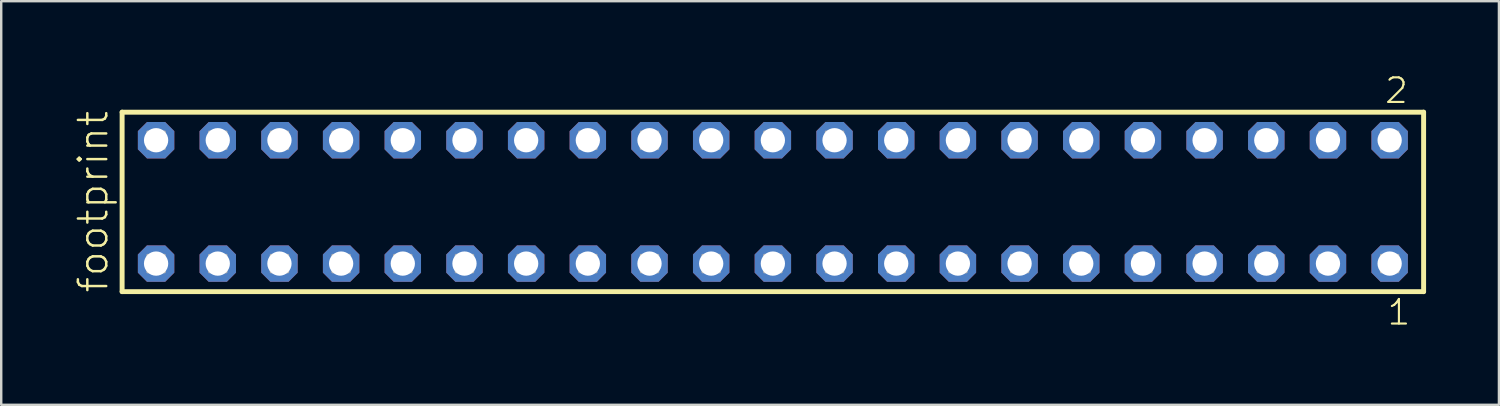
<source format=kicad_pcb>
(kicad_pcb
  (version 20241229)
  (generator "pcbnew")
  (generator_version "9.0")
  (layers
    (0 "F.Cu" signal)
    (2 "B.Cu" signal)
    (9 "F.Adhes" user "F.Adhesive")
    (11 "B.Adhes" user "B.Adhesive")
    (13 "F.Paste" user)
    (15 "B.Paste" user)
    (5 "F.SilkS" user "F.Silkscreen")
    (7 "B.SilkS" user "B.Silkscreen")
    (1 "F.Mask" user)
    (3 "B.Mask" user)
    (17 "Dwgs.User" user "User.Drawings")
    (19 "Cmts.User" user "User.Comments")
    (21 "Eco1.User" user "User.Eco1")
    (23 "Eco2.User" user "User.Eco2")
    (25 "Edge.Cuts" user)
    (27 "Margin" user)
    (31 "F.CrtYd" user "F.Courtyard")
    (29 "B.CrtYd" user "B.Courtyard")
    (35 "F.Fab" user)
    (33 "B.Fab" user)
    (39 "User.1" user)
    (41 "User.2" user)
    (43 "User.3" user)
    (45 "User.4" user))
  (footprint "footprint"
    (layer "F.Cu")
    (at 28.778 5.265)
    (property "Reference" "footprint" (at -27.305 3.81 90) (layer "F.SilkS") (effects (font (size 1.168 1.168) (thickness 0.102)) (justify left bottom)))
    (fp_line (start -26.799 -3.695) (end 26.799 -3.695) (stroke (width 0.203) (type solid)) (layer "F.SilkS"))
    (fp_line (start -26.799 3.695) (end -26.799 -3.695) (stroke (width 0.203) (type solid)) (layer "F.SilkS"))
    (fp_line (start 26.799 -3.695) (end 26.799 3.695) (stroke (width 0.203) (type solid)) (layer "F.SilkS"))
    (fp_line (start 26.799 3.695) (end -26.799 3.695) (stroke (width 0.203) (type solid)) (layer "F.SilkS"))
    (fp_poly (pts (xy -25.75 -2.19) (xy -25.05 -2.19) (xy -25.05 -2.89) (xy -25.75 -2.89)) (stroke (width 0.1) (type solid)) (fill no) (layer "F.Fab"))
    (fp_poly (pts (xy -25.75 2.89) (xy -25.05 2.89) (xy -25.05 2.19) (xy -25.75 2.19)) (stroke (width 0.1) (type solid)) (fill no) (layer "F.Fab"))
    (fp_poly (pts (xy -23.21 -2.19) (xy -22.51 -2.19) (xy -22.51 -2.89) (xy -23.21 -2.89)) (stroke (width 0.1) (type solid)) (fill no) (layer "F.Fab"))
    (fp_poly (pts (xy -23.21 2.89) (xy -22.51 2.89) (xy -22.51 2.19) (xy -23.21 2.19)) (stroke (width 0.1) (type solid)) (fill no) (layer "F.Fab"))
    (fp_poly (pts (xy -20.67 -2.19) (xy -19.97 -2.19) (xy -19.97 -2.89) (xy -20.67 -2.89)) (stroke (width 0.1) (type solid)) (fill no) (layer "F.Fab"))
    (fp_poly (pts (xy -20.67 2.89) (xy -19.97 2.89) (xy -19.97 2.19) (xy -20.67 2.19)) (stroke (width 0.1) (type solid)) (fill no) (layer "F.Fab"))
    (fp_poly (pts (xy -18.13 -2.19) (xy -17.43 -2.19) (xy -17.43 -2.89) (xy -18.13 -2.89)) (stroke (width 0.1) (type solid)) (fill no) (layer "F.Fab"))
    (fp_poly (pts (xy -18.13 2.89) (xy -17.43 2.89) (xy -17.43 2.19) (xy -18.13 2.19)) (stroke (width 0.1) (type solid)) (fill no) (layer "F.Fab"))
    (fp_poly (pts (xy -15.59 -2.19) (xy -14.89 -2.19) (xy -14.89 -2.89) (xy -15.59 -2.89)) (stroke (width 0.1) (type solid)) (fill no) (layer "F.Fab"))
    (fp_poly (pts (xy -15.59 2.89) (xy -14.89 2.89) (xy -14.89 2.19) (xy -15.59 2.19)) (stroke (width 0.1) (type solid)) (fill no) (layer "F.Fab"))
    (fp_poly (pts (xy -13.05 -2.19) (xy -12.35 -2.19) (xy -12.35 -2.89) (xy -13.05 -2.89)) (stroke (width 0.1) (type solid)) (fill no) (layer "F.Fab"))
    (fp_poly (pts (xy -13.05 2.89) (xy -12.35 2.89) (xy -12.35 2.19) (xy -13.05 2.19)) (stroke (width 0.1) (type solid)) (fill no) (layer "F.Fab"))
    (fp_poly (pts (xy -10.51 -2.19) (xy -9.81 -2.19) (xy -9.81 -2.89) (xy -10.51 -2.89)) (stroke (width 0.1) (type solid)) (fill no) (layer "F.Fab"))
    (fp_poly (pts (xy -10.51 2.89) (xy -9.81 2.89) (xy -9.81 2.19) (xy -10.51 2.19)) (stroke (width 0.1) (type solid)) (fill no) (layer "F.Fab"))
    (fp_poly (pts (xy -7.97 -2.19) (xy -7.27 -2.19) (xy -7.27 -2.89) (xy -7.97 -2.89)) (stroke (width 0.1) (type solid)) (fill no) (layer "F.Fab"))
    (fp_poly (pts (xy -7.97 2.89) (xy -7.27 2.89) (xy -7.27 2.19) (xy -7.97 2.19)) (stroke (width 0.1) (type solid)) (fill no) (layer "F.Fab"))
    (fp_poly (pts (xy -5.43 -2.19) (xy -4.73 -2.19) (xy -4.73 -2.89) (xy -5.43 -2.89)) (stroke (width 0.1) (type solid)) (fill no) (layer "F.Fab"))
    (fp_poly (pts (xy -5.43 2.89) (xy -4.73 2.89) (xy -4.73 2.19) (xy -5.43 2.19)) (stroke (width 0.1) (type solid)) (fill no) (layer "F.Fab"))
    (fp_poly (pts (xy -2.89 -2.19) (xy -2.19 -2.19) (xy -2.19 -2.89) (xy -2.89 -2.89)) (stroke (width 0.1) (type solid)) (fill no) (layer "F.Fab"))
    (fp_poly (pts (xy -2.89 2.89) (xy -2.19 2.89) (xy -2.19 2.19) (xy -2.89 2.19)) (stroke (width 0.1) (type solid)) (fill no) (layer "F.Fab"))
    (fp_poly (pts (xy -0.35 -2.19) (xy 0.35 -2.19) (xy 0.35 -2.89) (xy -0.35 -2.89)) (stroke (width 0.1) (type solid)) (fill no) (layer "F.Fab"))
    (fp_poly (pts (xy -0.35 2.89) (xy 0.35 2.89) (xy 0.35 2.19) (xy -0.35 2.19)) (stroke (width 0.1) (type solid)) (fill no) (layer "F.Fab"))
    (fp_poly (pts (xy 2.19 -2.19) (xy 2.89 -2.19) (xy 2.89 -2.89) (xy 2.19 -2.89)) (stroke (width 0.1) (type solid)) (fill no) (layer "F.Fab"))
    (fp_poly (pts (xy 2.19 2.89) (xy 2.89 2.89) (xy 2.89 2.19) (xy 2.19 2.19)) (stroke (width 0.1) (type solid)) (fill no) (layer "F.Fab"))
    (fp_poly (pts (xy 4.73 -2.19) (xy 5.43 -2.19) (xy 5.43 -2.89) (xy 4.73 -2.89)) (stroke (width 0.1) (type solid)) (fill no) (layer "F.Fab"))
    (fp_poly (pts (xy 4.73 2.89) (xy 5.43 2.89) (xy 5.43 2.19) (xy 4.73 2.19)) (stroke (width 0.1) (type solid)) (fill no) (layer "F.Fab"))
    (fp_poly (pts (xy 7.27 -2.19) (xy 7.97 -2.19) (xy 7.97 -2.89) (xy 7.27 -2.89)) (stroke (width 0.1) (type solid)) (fill no) (layer "F.Fab"))
    (fp_poly (pts (xy 7.27 2.89) (xy 7.97 2.89) (xy 7.97 2.19) (xy 7.27 2.19)) (stroke (width 0.1) (type solid)) (fill no) (layer "F.Fab"))
    (fp_poly (pts (xy 9.81 -2.19) (xy 10.51 -2.19) (xy 10.51 -2.89) (xy 9.81 -2.89)) (stroke (width 0.1) (type solid)) (fill no) (layer "F.Fab"))
    (fp_poly (pts (xy 9.81 2.89) (xy 10.51 2.89) (xy 10.51 2.19) (xy 9.81 2.19)) (stroke (width 0.1) (type solid)) (fill no) (layer "F.Fab"))
    (fp_poly (pts (xy 12.35 -2.19) (xy 13.05 -2.19) (xy 13.05 -2.89) (xy 12.35 -2.89)) (stroke (width 0.1) (type solid)) (fill no) (layer "F.Fab"))
    (fp_poly (pts (xy 12.35 2.89) (xy 13.05 2.89) (xy 13.05 2.19) (xy 12.35 2.19)) (stroke (width 0.1) (type solid)) (fill no) (layer "F.Fab"))
    (fp_poly (pts (xy 14.89 -2.19) (xy 15.59 -2.19) (xy 15.59 -2.89) (xy 14.89 -2.89)) (stroke (width 0.1) (type solid)) (fill no) (layer "F.Fab"))
    (fp_poly (pts (xy 14.89 2.89) (xy 15.59 2.89) (xy 15.59 2.19) (xy 14.89 2.19)) (stroke (width 0.1) (type solid)) (fill no) (layer "F.Fab"))
    (fp_poly (pts (xy 17.43 -2.19) (xy 18.13 -2.19) (xy 18.13 -2.89) (xy 17.43 -2.89)) (stroke (width 0.1) (type solid)) (fill no) (layer "F.Fab"))
    (fp_poly (pts (xy 17.43 2.89) (xy 18.13 2.89) (xy 18.13 2.19) (xy 17.43 2.19)) (stroke (width 0.1) (type solid)) (fill no) (layer "F.Fab"))
    (fp_poly (pts (xy 19.97 -2.19) (xy 20.67 -2.19) (xy 20.67 -2.89) (xy 19.97 -2.89)) (stroke (width 0.1) (type solid)) (fill no) (layer "F.Fab"))
    (fp_poly (pts (xy 19.97 2.89) (xy 20.67 2.89) (xy 20.67 2.19) (xy 19.97 2.19)) (stroke (width 0.1) (type solid)) (fill no) (layer "F.Fab"))
    (fp_poly (pts (xy 22.51 -2.19) (xy 23.21 -2.19) (xy 23.21 -2.89) (xy 22.51 -2.89)) (stroke (width 0.1) (type solid)) (fill no) (layer "F.Fab"))
    (fp_poly (pts (xy 22.51 2.89) (xy 23.21 2.89) (xy 23.21 2.19) (xy 22.51 2.19)) (stroke (width 0.1) (type solid)) (fill no) (layer "F.Fab"))
    (fp_poly (pts (xy 25.05 -2.19) (xy 25.75 -2.19) (xy 25.75 -2.89) (xy 25.05 -2.89)) (stroke (width 0.1) (type solid)) (fill no) (layer "F.Fab"))
    (fp_poly (pts (xy 25.05 2.89) (xy 25.75 2.89) (xy 25.75 2.19) (xy 25.05 2.19)) (stroke (width 0.1) (type solid)) (fill no) (layer "F.Fab"))
    (fp_text user "1" (at 25.242 5.138 0) (layer "F.SilkS") (effects (font (size 1.012 1.012) (thickness 0.088)) (justify left bottom)))
    (fp_text user "2" (at 25.142 -3.989 0) (layer "F.SilkS") (effects (font (size 1.012 1.012) (thickness 0.088)) (justify left bottom)))
    (pad "1" thru_hole roundrect (at 25.4 2.54 180) (size 1.5 1.5) (drill 1) (layers "*.Cu" "*.Mask") (roundrect_rratio 0.25) (chamfer_ratio 0.25) (chamfer top_left top_right bottom_left bottom_right))
    (pad "2" thru_hole roundrect (at 25.4 -2.54 180) (size 1.5 1.5) (drill 1) (layers "*.Cu" "*.Mask") (roundrect_rratio 0.25) (chamfer_ratio 0.25) (chamfer top_left top_right bottom_left bottom_right))
    (pad "3" thru_hole roundrect (at 22.86 2.54 180) (size 1.5 1.5) (drill 1) (layers "*.Cu" "*.Mask") (roundrect_rratio 0.25) (chamfer_ratio 0.25) (chamfer top_left top_right bottom_left bottom_right))
    (pad "4" thru_hole roundrect (at 22.86 -2.54 180) (size 1.5 1.5) (drill 1) (layers "*.Cu" "*.Mask") (roundrect_rratio 0.25) (chamfer_ratio 0.25) (chamfer top_left top_right bottom_left bottom_right))
    (pad "5" thru_hole roundrect (at 20.32 2.54 180) (size 1.5 1.5) (drill 1) (layers "*.Cu" "*.Mask") (roundrect_rratio 0.25) (chamfer_ratio 0.25) (chamfer top_left top_right bottom_left bottom_right))
    (pad "6" thru_hole roundrect (at 20.32 -2.54 180) (size 1.5 1.5) (drill 1) (layers "*.Cu" "*.Mask") (roundrect_rratio 0.25) (chamfer_ratio 0.25) (chamfer top_left top_right bottom_left bottom_right))
    (pad "7" thru_hole roundrect (at 17.78 2.54 180) (size 1.5 1.5) (drill 1) (layers "*.Cu" "*.Mask") (roundrect_rratio 0.25) (chamfer_ratio 0.25) (chamfer top_left top_right bottom_left bottom_right))
    (pad "8" thru_hole roundrect (at 17.78 -2.54 180) (size 1.5 1.5) (drill 1) (layers "*.Cu" "*.Mask") (roundrect_rratio 0.25) (chamfer_ratio 0.25) (chamfer top_left top_right bottom_left bottom_right))
    (pad "9" thru_hole roundrect (at 15.24 2.54 180) (size 1.5 1.5) (drill 1) (layers "*.Cu" "*.Mask") (roundrect_rratio 0.25) (chamfer_ratio 0.25) (chamfer top_left top_right bottom_left bottom_right))
    (pad "10" thru_hole roundrect (at 15.24 -2.54 180) (size 1.5 1.5) (drill 1) (layers "*.Cu" "*.Mask") (roundrect_rratio 0.25) (chamfer_ratio 0.25) (chamfer top_left top_right bottom_left bottom_right))
    (pad "11" thru_hole roundrect (at 12.7 2.54 180) (size 1.5 1.5) (drill 1) (layers "*.Cu" "*.Mask") (roundrect_rratio 0.25) (chamfer_ratio 0.25) (chamfer top_left top_right bottom_left bottom_right))
    (pad "12" thru_hole roundrect (at 12.7 -2.54 180) (size 1.5 1.5) (drill 1) (layers "*.Cu" "*.Mask") (roundrect_rratio 0.25) (chamfer_ratio 0.25) (chamfer top_left top_right bottom_left bottom_right))
    (pad "13" thru_hole roundrect (at 10.16 2.54 180) (size 1.5 1.5) (drill 1) (layers "*.Cu" "*.Mask") (roundrect_rratio 0.25) (chamfer_ratio 0.25) (chamfer top_left top_right bottom_left bottom_right))
    (pad "14" thru_hole roundrect (at 10.16 -2.54 180) (size 1.5 1.5) (drill 1) (layers "*.Cu" "*.Mask") (roundrect_rratio 0.25) (chamfer_ratio 0.25) (chamfer top_left top_right bottom_left bottom_right))
    (pad "15" thru_hole roundrect (at 7.62 2.54 180) (size 1.5 1.5) (drill 1) (layers "*.Cu" "*.Mask") (roundrect_rratio 0.25) (chamfer_ratio 0.25) (chamfer top_left top_right bottom_left bottom_right))
    (pad "16" thru_hole roundrect (at 7.62 -2.54 180) (size 1.5 1.5) (drill 1) (layers "*.Cu" "*.Mask") (roundrect_rratio 0.25) (chamfer_ratio 0.25) (chamfer top_left top_right bottom_left bottom_right))
    (pad "17" thru_hole roundrect (at 5.08 2.54 180) (size 1.5 1.5) (drill 1) (layers "*.Cu" "*.Mask") (roundrect_rratio 0.25) (chamfer_ratio 0.25) (chamfer top_left top_right bottom_left bottom_right))
    (pad "18" thru_hole roundrect (at 5.08 -2.54 180) (size 1.5 1.5) (drill 1) (layers "*.Cu" "*.Mask") (roundrect_rratio 0.25) (chamfer_ratio 0.25) (chamfer top_left top_right bottom_left bottom_right))
    (pad "19" thru_hole roundrect (at 2.54 2.54 180) (size 1.5 1.5) (drill 1) (layers "*.Cu" "*.Mask") (roundrect_rratio 0.25) (chamfer_ratio 0.25) (chamfer top_left top_right bottom_left bottom_right))
    (pad "20" thru_hole roundrect (at 2.54 -2.54 180) (size 1.5 1.5) (drill 1) (layers "*.Cu" "*.Mask") (roundrect_rratio 0.25) (chamfer_ratio 0.25) (chamfer top_left top_right bottom_left bottom_right))
    (pad "21" thru_hole roundrect (at 0 2.54 180) (size 1.5 1.5) (drill 1) (layers "*.Cu" "*.Mask") (roundrect_rratio 0.25) (chamfer_ratio 0.25) (chamfer top_left top_right bottom_left bottom_right))
    (pad "22" thru_hole roundrect (at 0 -2.54 180) (size 1.5 1.5) (drill 1) (layers "*.Cu" "*.Mask") (roundrect_rratio 0.25) (chamfer_ratio 0.25) (chamfer top_left top_right bottom_left bottom_right))
    (pad "23" thru_hole roundrect (at -2.54 2.54 180) (size 1.5 1.5) (drill 1) (layers "*.Cu" "*.Mask") (roundrect_rratio 0.25) (chamfer_ratio 0.25) (chamfer top_left top_right bottom_left bottom_right))
    (pad "24" thru_hole roundrect (at -2.54 -2.54 180) (size 1.5 1.5) (drill 1) (layers "*.Cu" "*.Mask") (roundrect_rratio 0.25) (chamfer_ratio 0.25) (chamfer top_left top_right bottom_left bottom_right))
    (pad "25" thru_hole roundrect (at -5.08 2.54 180) (size 1.5 1.5) (drill 1) (layers "*.Cu" "*.Mask") (roundrect_rratio 0.25) (chamfer_ratio 0.25) (chamfer top_left top_right bottom_left bottom_right))
    (pad "26" thru_hole roundrect (at -5.08 -2.54 180) (size 1.5 1.5) (drill 1) (layers "*.Cu" "*.Mask") (roundrect_rratio 0.25) (chamfer_ratio 0.25) (chamfer top_left top_right bottom_left bottom_right))
    (pad "27" thru_hole roundrect (at -7.62 2.54 180) (size 1.5 1.5) (drill 1) (layers "*.Cu" "*.Mask") (roundrect_rratio 0.25) (chamfer_ratio 0.25) (chamfer top_left top_right bottom_left bottom_right))
    (pad "28" thru_hole roundrect (at -7.62 -2.54 180) (size 1.5 1.5) (drill 1) (layers "*.Cu" "*.Mask") (roundrect_rratio 0.25) (chamfer_ratio 0.25) (chamfer top_left top_right bottom_left bottom_right))
    (pad "29" thru_hole roundrect (at -10.16 2.54 180) (size 1.5 1.5) (drill 1) (layers "*.Cu" "*.Mask") (roundrect_rratio 0.25) (chamfer_ratio 0.25) (chamfer top_left top_right bottom_left bottom_right))
    (pad "30" thru_hole roundrect (at -10.16 -2.54 180) (size 1.5 1.5) (drill 1) (layers "*.Cu" "*.Mask") (roundrect_rratio 0.25) (chamfer_ratio 0.25) (chamfer top_left top_right bottom_left bottom_right))
    (pad "31" thru_hole roundrect (at -12.7 2.54 180) (size 1.5 1.5) (drill 1) (layers "*.Cu" "*.Mask") (roundrect_rratio 0.25) (chamfer_ratio 0.25) (chamfer top_left top_right bottom_left bottom_right))
    (pad "32" thru_hole roundrect (at -12.7 -2.54 180) (size 1.5 1.5) (drill 1) (layers "*.Cu" "*.Mask") (roundrect_rratio 0.25) (chamfer_ratio 0.25) (chamfer top_left top_right bottom_left bottom_right))
    (pad "33" thru_hole roundrect (at -15.24 2.54 180) (size 1.5 1.5) (drill 1) (layers "*.Cu" "*.Mask") (roundrect_rratio 0.25) (chamfer_ratio 0.25) (chamfer top_left top_right bottom_left bottom_right))
    (pad "34" thru_hole roundrect (at -15.24 -2.54 180) (size 1.5 1.5) (drill 1) (layers "*.Cu" "*.Mask") (roundrect_rratio 0.25) (chamfer_ratio 0.25) (chamfer top_left top_right bottom_left bottom_right))
    (pad "35" thru_hole roundrect (at -17.78 2.54 180) (size 1.5 1.5) (drill 1) (layers "*.Cu" "*.Mask") (roundrect_rratio 0.25) (chamfer_ratio 0.25) (chamfer top_left top_right bottom_left bottom_right))
    (pad "36" thru_hole roundrect (at -17.78 -2.54 180) (size 1.5 1.5) (drill 1) (layers "*.Cu" "*.Mask") (roundrect_rratio 0.25) (chamfer_ratio 0.25) (chamfer top_left top_right bottom_left bottom_right))
    (pad "37" thru_hole roundrect (at -20.32 2.54 180) (size 1.5 1.5) (drill 1) (layers "*.Cu" "*.Mask") (roundrect_rratio 0.25) (chamfer_ratio 0.25) (chamfer top_left top_right bottom_left bottom_right))
    (pad "38" thru_hole roundrect (at -20.32 -2.54 180) (size 1.5 1.5) (drill 1) (layers "*.Cu" "*.Mask") (roundrect_rratio 0.25) (chamfer_ratio 0.25) (chamfer top_left top_right bottom_left bottom_right))
    (pad "39" thru_hole roundrect (at -22.86 2.54 180) (size 1.5 1.5) (drill 1) (layers "*.Cu" "*.Mask") (roundrect_rratio 0.25) (chamfer_ratio 0.25) (chamfer top_left top_right bottom_left bottom_right))
    (pad "40" thru_hole roundrect (at -22.86 -2.54 180) (size 1.5 1.5) (drill 1) (layers "*.Cu" "*.Mask") (roundrect_rratio 0.25) (chamfer_ratio 0.25) (chamfer top_left top_right bottom_left bottom_right))
    (pad "41" thru_hole roundrect (at -25.4 2.54 180) (size 1.5 1.5) (drill 1) (layers "*.Cu" "*.Mask") (roundrect_rratio 0.25) (chamfer_ratio 0.25) (chamfer top_left top_right bottom_left bottom_right))
    (pad "42" thru_hole roundrect (at -25.4 -2.54 180) (size 1.5 1.5) (drill 1) (layers "*.Cu" "*.Mask") (roundrect_rratio 0.25) (chamfer_ratio 0.25) (chamfer top_left top_right bottom_left bottom_right)))
  (gr_rect
    (start -3 -3)
    (end 58.679 13.62)
    (stroke (width 0.1) (type default))
    (fill no)
    (layer "Edge.Cuts")))
</source>
